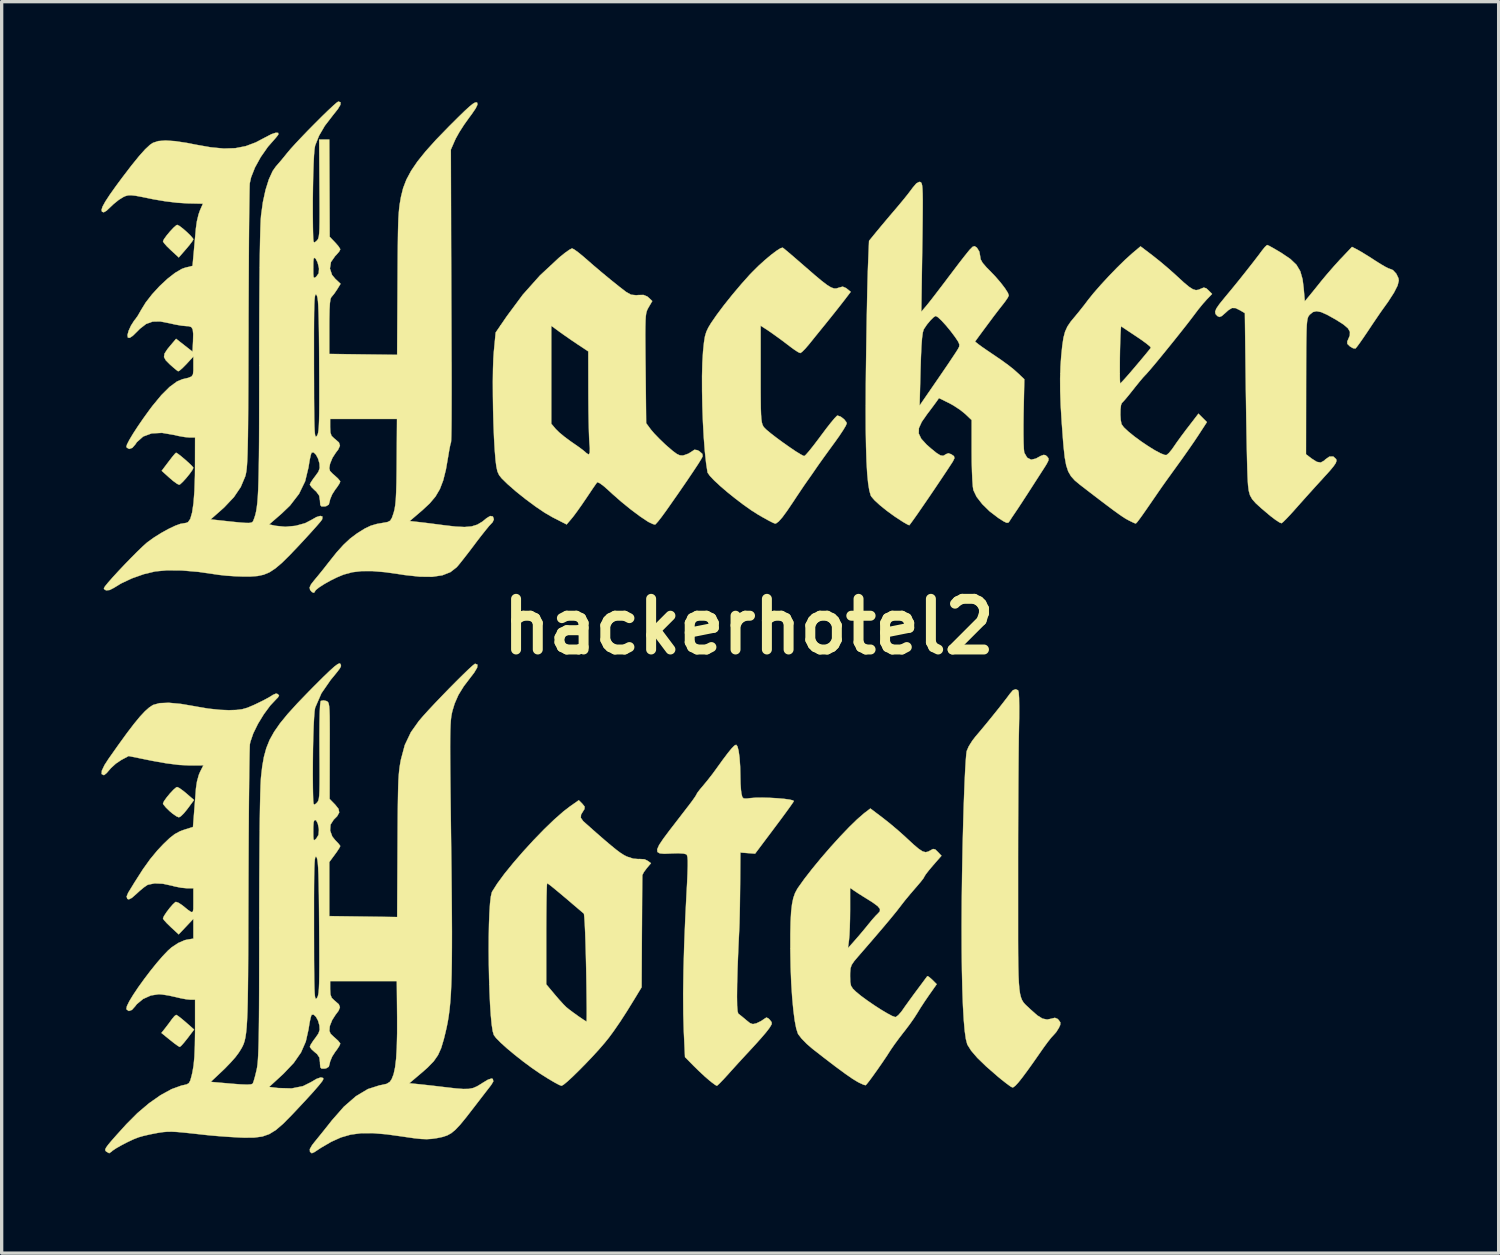
<source format=kicad_pcb>
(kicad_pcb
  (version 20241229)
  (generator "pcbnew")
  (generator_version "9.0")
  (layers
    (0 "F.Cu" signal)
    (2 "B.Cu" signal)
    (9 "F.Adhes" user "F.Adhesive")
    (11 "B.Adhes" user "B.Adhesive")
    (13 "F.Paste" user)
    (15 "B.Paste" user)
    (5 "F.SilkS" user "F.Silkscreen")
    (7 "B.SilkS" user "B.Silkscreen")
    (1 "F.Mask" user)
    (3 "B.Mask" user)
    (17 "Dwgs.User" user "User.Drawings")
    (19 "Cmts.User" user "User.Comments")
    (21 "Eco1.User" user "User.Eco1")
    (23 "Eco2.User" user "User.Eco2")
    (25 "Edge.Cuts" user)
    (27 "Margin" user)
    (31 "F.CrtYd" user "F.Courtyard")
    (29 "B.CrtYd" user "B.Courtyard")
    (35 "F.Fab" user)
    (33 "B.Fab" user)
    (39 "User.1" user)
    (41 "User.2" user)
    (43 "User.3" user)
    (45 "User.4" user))
  (footprint "hackerhotel2"
    (layer "F.Cu")
    (at 19.482 15.804)
    (property "Reference" "hackerhotel2" (at 0 0 0) (layer "F.SilkS") (effects (font (size 1.524 1.524) (thickness 0.3))))
    (attr through_hole)
    (fp_poly (pts (xy -17.176 11.715) (xy -17.07 11.797) (xy -16.942 11.905) (xy -16.691 12.126) (xy -16.89 12.388) (xy -16.997 12.522) (xy -17.082 12.616) (xy -17.123 12.649) (xy -17.177 12.619) (xy -17.285 12.542) (xy -17.416 12.438) (xy -17.675 12.228) (xy -17.562 12.086) (xy -17.454 11.945) (xy -17.359 11.814) (xy -17.284 11.723) (xy -17.231 11.684) (xy -17.23 11.684) (xy -17.176 11.715)) (stroke (width 0.01) (type solid)) (fill yes) (layer "F.SilkS"))
    (fp_poly (pts (xy -17.18 -5.201) (xy -17.079 -5.123) (xy -16.956 -5.019) (xy -16.838 -4.913) (xy -16.748 -4.825) (xy -16.713 -4.779) (xy -16.744 -4.711) (xy -16.822 -4.6) (xy -16.924 -4.474) (xy -17.028 -4.359) (xy -17.11 -4.283) (xy -17.142 -4.267) (xy -17.208 -4.299) (xy -17.322 -4.382) (xy -17.433 -4.477) (xy -17.666 -4.687) (xy -17.461 -4.959) (xy -17.355 -5.097) (xy -17.273 -5.195) (xy -17.234 -5.232) (xy -17.18 -5.201)) (stroke (width 0.01) (type solid)) (fill yes) (layer "F.SilkS"))
    (fp_poly (pts (xy -17.135 4.859) (xy -17.021 4.941) (xy -16.92 5.024) (xy -16.694 5.219) (xy -16.886 5.479) (xy -16.996 5.615) (xy -17.093 5.71) (xy -17.149 5.74) (xy -17.225 5.708) (xy -17.342 5.626) (xy -17.424 5.557) (xy -17.538 5.446) (xy -17.612 5.357) (xy -17.628 5.324) (xy -17.596 5.253) (xy -17.517 5.142) (xy -17.414 5.017) (xy -17.31 4.907) (xy -17.228 4.838) (xy -17.202 4.828) (xy -17.135 4.859)) (stroke (width 0.01) (type solid)) (fill yes) (layer "F.SilkS"))
    (fp_poly (pts (xy -17.132 -12.055) (xy -17.025 -11.973) (xy -16.904 -11.867) (xy -16.796 -11.761) (xy -16.726 -11.679) (xy -16.714 -11.652) (xy -16.746 -11.594) (xy -16.828 -11.485) (xy -16.934 -11.358) (xy -17.153 -11.107) (xy -17.39 -11.326) (xy -17.514 -11.446) (xy -17.599 -11.544) (xy -17.628 -11.592) (xy -17.596 -11.66) (xy -17.517 -11.769) (xy -17.413 -11.893) (xy -17.309 -12.004) (xy -17.226 -12.076) (xy -17.198 -12.088) (xy -17.132 -12.055)) (stroke (width 0.01) (type solid)) (fill yes) (layer "F.SilkS"))
    (fp_poly (pts (xy 8.103 1.918) (xy 8.121 1.984) (xy 8.132 2.147) (xy 8.136 2.406) (xy 8.135 2.756) (xy 8.128 3.124) (xy 8.123 3.385) (xy 8.119 3.734) (xy 8.115 4.16) (xy 8.111 4.649) (xy 8.108 5.189) (xy 8.105 5.768) (xy 8.103 6.372) (xy 8.102 6.99) (xy 8.102 7.608) (xy 8.102 7.673) (xy 8.102 8.352) (xy 8.102 8.936) (xy 8.102 9.435) (xy 8.104 9.854) (xy 8.108 10.203) (xy 8.115 10.489) (xy 8.126 10.719) (xy 8.141 10.901) (xy 8.161 11.043) (xy 8.188 11.152) (xy 8.221 11.237) (xy 8.261 11.304) (xy 8.31 11.362) (xy 8.368 11.418) (xy 8.435 11.48) (xy 8.481 11.523) (xy 8.678 11.698) (xy 8.837 11.796) (xy 8.976 11.825) (xy 9.093 11.801) (xy 9.21 11.772) (xy 9.289 11.804) (xy 9.323 11.837) (xy 9.375 11.912) (xy 9.37 11.987) (xy 9.329 12.077) (xy 9.248 12.205) (xy 9.167 12.296) (xy 9.099 12.369) (xy 8.994 12.502) (xy 8.871 12.67) (xy 8.833 12.724) (xy 8.584 13.081) (xy 8.384 13.361) (xy 8.228 13.571) (xy 8.11 13.719) (xy 8.023 13.813) (xy 7.963 13.86) (xy 7.933 13.868) (xy 7.875 13.838) (xy 7.76 13.754) (xy 7.605 13.633) (xy 7.485 13.534) (xy 7.139 13.232) (xy 6.876 12.977) (xy 6.692 12.763) (xy 6.581 12.586) (xy 6.571 12.562) (xy 6.532 12.412) (xy 6.497 12.167) (xy 6.468 11.831) (xy 6.444 11.412) (xy 6.426 10.914) (xy 6.413 10.344) (xy 6.406 9.707) (xy 6.404 9.01) (xy 6.408 8.257) (xy 6.418 7.455) (xy 6.434 6.61) (xy 6.453 5.867) (xy 6.466 5.426) (xy 6.481 5.01) (xy 6.496 4.632) (xy 6.512 4.305) (xy 6.528 4.04) (xy 6.543 3.851) (xy 6.556 3.75) (xy 6.557 3.746) (xy 6.619 3.602) (xy 6.727 3.431) (xy 6.822 3.308) (xy 6.97 3.134) (xy 7.146 2.922) (xy 7.332 2.693) (xy 7.514 2.467) (xy 7.673 2.264) (xy 7.795 2.105) (xy 7.849 2.031) (xy 7.947 1.915) (xy 8.032 1.886) (xy 8.103 1.918)) (stroke (width 0.01) (type solid)) (fill yes) (layer "F.SilkS"))
    (fp_poly (pts (xy -0.342 3.604) (xy -0.307 3.739) (xy -0.279 3.944) (xy -0.261 4.205) (xy -0.254 4.506) (xy -0.254 4.522) (xy -0.249 4.727) (xy -0.236 4.916) (xy -0.221 5.029) (xy -0.196 5.129) (xy -0.153 5.172) (xy -0.061 5.175) (xy 0.042 5.162) (xy 0.203 5.149) (xy 0.407 5.147) (xy 0.633 5.153) (xy 0.861 5.166) (xy 1.067 5.184) (xy 1.232 5.207) (xy 1.334 5.232) (xy 1.355 5.253) (xy 1.319 5.309) (xy 1.232 5.433) (xy 1.103 5.611) (xy 0.943 5.828) (xy 0.761 6.071) (xy 0.189 6.833) (xy -0.254 6.799) (xy -0.261 7.756) (xy -0.265 8.087) (xy -0.269 8.41) (xy -0.275 8.7) (xy -0.281 8.934) (xy -0.286 9.068) (xy -0.317 9.729) (xy -0.339 10.294) (xy -0.352 10.763) (xy -0.356 11.133) (xy -0.352 11.405) (xy -0.338 11.577) (xy -0.316 11.649) (xy -0.315 11.65) (xy -0.237 11.709) (xy -0.121 11.804) (xy -0.078 11.841) (xy 0.037 11.933) (xy 0.123 11.962) (xy 0.22 11.941) (xy 0.236 11.935) (xy 0.37 11.87) (xy 0.462 11.807) (xy 0.531 11.763) (xy 0.594 11.794) (xy 0.632 11.833) (xy 0.686 11.903) (xy 0.688 11.964) (xy 0.634 12.057) (xy 0.604 12.1) (xy 0.52 12.208) (xy 0.386 12.365) (xy 0.224 12.547) (xy 0.104 12.678) (xy -0.1 12.898) (xy -0.322 13.139) (xy -0.526 13.364) (xy -0.605 13.453) (xy -0.748 13.609) (xy -0.866 13.732) (xy -0.943 13.805) (xy -0.962 13.818) (xy -1.016 13.788) (xy -1.119 13.712) (xy -1.193 13.652) (xy -1.336 13.528) (xy -1.508 13.367) (xy -1.657 13.221) (xy -1.92 12.954) (xy -1.956 12.179) (xy -1.971 11.655) (xy -1.975 11.041) (xy -1.965 10.349) (xy -1.944 9.59) (xy -1.911 8.775) (xy -1.878 8.111) (xy -1.857 7.723) (xy -1.844 7.425) (xy -1.837 7.203) (xy -1.837 7.048) (xy -1.844 6.946) (xy -1.858 6.885) (xy -1.88 6.854) (xy -1.884 6.851) (xy -1.968 6.83) (xy -2.124 6.821) (xy -2.321 6.826) (xy -2.345 6.828) (xy -2.544 6.836) (xy -2.679 6.824) (xy -2.75 6.782) (xy -2.756 6.7) (xy -2.698 6.571) (xy -2.574 6.385) (xy -2.386 6.133) (xy -2.326 6.056) (xy -2.161 5.842) (xy -1.98 5.607) (xy -1.821 5.401) (xy -1.819 5.399) (xy -1.704 5.246) (xy -1.618 5.124) (xy -1.576 5.055) (xy -1.575 5.049) (xy -1.544 4.995) (xy -1.464 4.892) (xy -1.384 4.798) (xy -1.249 4.635) (xy -1.095 4.438) (xy -0.991 4.296) (xy -0.784 4.009) (xy -0.626 3.8) (xy -0.511 3.66) (xy -0.432 3.581) (xy -0.382 3.556) (xy -0.381 3.556) (xy -0.342 3.604)) (stroke (width 0.01) (type solid)) (fill yes) (layer "F.SilkS"))
    (fp_poly (pts (xy -5.01 5.331) (xy -4.94 5.419) (xy -4.945 5.491) (xy -4.967 5.525) (xy -5.048 5.657) (xy -5.055 5.754) (xy -4.986 5.852) (xy -4.919 5.913) (xy -4.6 6.196) (xy -4.345 6.418) (xy -4.144 6.588) (xy -3.988 6.715) (xy -3.866 6.806) (xy -3.768 6.869) (xy -3.683 6.914) (xy -3.665 6.922) (xy -3.478 6.983) (xy -3.321 6.996) (xy -3.303 6.993) (xy -3.139 7.002) (xy -3.054 7.042) (xy -2.944 7.12) (xy -3.072 7.272) (xy -3.156 7.385) (xy -3.201 7.472) (xy -3.204 7.484) (xy -3.205 7.548) (xy -3.207 7.701) (xy -3.209 7.93) (xy -3.211 8.223) (xy -3.213 8.568) (xy -3.215 8.952) (xy -3.217 9.199) (xy -3.226 10.853) (xy -3.424 11.18) (xy -3.663 11.568) (xy -3.871 11.89) (xy -4.062 12.167) (xy -4.211 12.37) (xy -4.343 12.533) (xy -4.512 12.728) (xy -4.705 12.939) (xy -4.91 13.154) (xy -5.112 13.359) (xy -5.299 13.542) (xy -5.457 13.688) (xy -5.574 13.784) (xy -5.635 13.818) (xy -5.707 13.791) (xy -5.844 13.718) (xy -6.028 13.61) (xy -6.24 13.476) (xy -6.275 13.454) (xy -6.524 13.283) (xy -6.784 13.091) (xy -7.038 12.891) (xy -7.271 12.697) (xy -7.465 12.522) (xy -7.606 12.379) (xy -7.672 12.291) (xy -7.706 12.175) (xy -7.737 11.974) (xy -7.763 11.7) (xy -7.785 11.368) (xy -7.802 10.992) (xy -7.815 10.587) (xy -7.823 10.166) (xy -7.827 9.745) (xy -7.825 9.337) (xy -7.823 9.243) (xy -6.096 9.243) (xy -6.096 10.764) (xy -5.849 11.059) (xy -5.713 11.218) (xy -5.587 11.357) (xy -5.497 11.448) (xy -5.493 11.451) (xy -5.405 11.523) (xy -5.276 11.619) (xy -5.133 11.722) (xy -5.002 11.812) (xy -4.909 11.871) (xy -4.882 11.884) (xy -4.879 11.836) (xy -4.877 11.699) (xy -4.877 11.484) (xy -4.88 11.203) (xy -4.884 10.869) (xy -4.89 10.494) (xy -4.894 10.278) (xy -4.903 9.883) (xy -4.913 9.522) (xy -4.924 9.206) (xy -4.936 8.947) (xy -4.948 8.759) (xy -4.959 8.654) (xy -4.964 8.636) (xy -5.016 8.592) (xy -5.129 8.496) (xy -5.289 8.36) (xy -5.478 8.198) (xy -5.521 8.162) (xy -5.714 8) (xy -5.878 7.864) (xy -6 7.768) (xy -6.063 7.723) (xy -6.067 7.722) (xy -6.075 7.77) (xy -6.081 7.908) (xy -6.087 8.123) (xy -6.091 8.402) (xy -6.094 8.733) (xy -6.096 9.103) (xy -6.096 9.243) (xy -7.823 9.243) (xy -7.818 8.956) (xy -7.805 8.617) (xy -7.787 8.334) (xy -7.762 8.122) (xy -7.732 7.994) (xy -7.726 7.98) (xy -7.572 7.736) (xy -7.355 7.441) (xy -7.09 7.115) (xy -6.793 6.772) (xy -6.479 6.429) (xy -6.163 6.103) (xy -5.859 5.81) (xy -5.583 5.567) (xy -5.39 5.418) (xy -5.116 5.225) (xy -5.01 5.331)) (stroke (width 0.01) (type solid)) (fill yes) (layer "F.SilkS"))
    (fp_poly (pts (xy 1.021 -11.401) (xy 1.078 -11.357) (xy 1.198 -11.257) (xy 1.365 -11.114) (xy 1.566 -10.94) (xy 1.719 -10.807) (xy 1.989 -10.573) (xy 2.196 -10.4) (xy 2.352 -10.281) (xy 2.469 -10.209) (xy 2.559 -10.175) (xy 2.635 -10.174) (xy 2.707 -10.197) (xy 2.715 -10.2) (xy 2.826 -10.229) (xy 2.926 -10.186) (xy 2.953 -10.165) (xy 3.067 -10.073) (xy 2.867 -9.811) (xy 2.742 -9.651) (xy 2.581 -9.447) (xy 2.411 -9.235) (xy 2.348 -9.156) (xy 2.18 -8.949) (xy 2.007 -8.736) (xy 1.859 -8.552) (xy 1.814 -8.496) (xy 1.699 -8.362) (xy 1.603 -8.266) (xy 1.549 -8.23) (xy 1.483 -8.259) (xy 1.369 -8.333) (xy 1.284 -8.395) (xy 1.021 -8.594) (xy 0.775 -8.773) (xy 0.571 -8.916) (xy 0.495 -8.965) (xy 0.356 -9.054) (xy 0.356 -7.596) (xy 0.356 -7.17) (xy 0.358 -6.834) (xy 0.361 -6.575) (xy 0.368 -6.382) (xy 0.378 -6.243) (xy 0.392 -6.145) (xy 0.411 -6.077) (xy 0.436 -6.026) (xy 0.453 -6) (xy 0.525 -5.927) (xy 0.658 -5.816) (xy 0.832 -5.682) (xy 1.028 -5.538) (xy 1.227 -5.398) (xy 1.41 -5.274) (xy 1.559 -5.182) (xy 1.653 -5.134) (xy 1.669 -5.131) (xy 1.716 -5.17) (xy 1.81 -5.277) (xy 1.939 -5.438) (xy 2.092 -5.639) (xy 2.167 -5.74) (xy 2.327 -5.954) (xy 2.469 -6.135) (xy 2.581 -6.269) (xy 2.652 -6.341) (xy 2.667 -6.35) (xy 2.766 -6.316) (xy 2.87 -6.236) (xy 2.938 -6.146) (xy 2.946 -6.113) (xy 2.918 -6.044) (xy 2.839 -5.912) (xy 2.723 -5.737) (xy 2.581 -5.537) (xy 2.578 -5.534) (xy 2.414 -5.309) (xy 2.253 -5.086) (xy 2.114 -4.892) (xy 2.032 -4.774) (xy 1.914 -4.602) (xy 1.798 -4.437) (xy 1.739 -4.353) (xy 1.66 -4.24) (xy 1.545 -4.069) (xy 1.412 -3.87) (xy 1.339 -3.759) (xy 1.151 -3.481) (xy 1.007 -3.285) (xy 0.898 -3.162) (xy 0.82 -3.105) (xy 0.791 -3.099) (xy 0.727 -3.124) (xy 0.597 -3.19) (xy 0.422 -3.287) (xy 0.285 -3.366) (xy 0.074 -3.5) (xy -0.161 -3.666) (xy -0.405 -3.852) (xy -0.643 -4.043) (xy -0.86 -4.229) (xy -1.041 -4.397) (xy -1.172 -4.535) (xy -1.238 -4.629) (xy -1.242 -4.641) (xy -1.285 -4.919) (xy -1.323 -5.276) (xy -1.355 -5.694) (xy -1.38 -6.15) (xy -1.397 -6.623) (xy -1.406 -7.093) (xy -1.407 -7.539) (xy -1.397 -7.94) (xy -1.377 -8.274) (xy -1.374 -8.305) (xy -1.348 -8.555) (xy -1.319 -8.734) (xy -1.278 -8.871) (xy -1.218 -8.998) (xy -1.137 -9.132) (xy -0.965 -9.381) (xy -0.743 -9.677) (xy -0.49 -9.993) (xy -0.227 -10.304) (xy 0.024 -10.585) (xy 0.106 -10.67) (xy 0.291 -10.854) (xy 0.485 -11.03) (xy 0.67 -11.185) (xy 0.832 -11.307) (xy 0.954 -11.384) (xy 1.02 -11.402) (xy 1.021 -11.401)) (stroke (width 0.01) (type solid)) (fill yes) (layer "F.SilkS"))
    (fp_poly (pts (xy -5.253 -11.347) (xy -5.135 -11.262) (xy -4.984 -11.139) (xy -4.913 -11.077) (xy -4.679 -10.873) (xy -4.417 -10.651) (xy -4.151 -10.431) (xy -3.907 -10.235) (xy -3.711 -10.084) (xy -3.69 -10.068) (xy -3.543 -9.986) (xy -3.387 -9.97) (xy -3.327 -9.976) (xy -3.167 -9.979) (xy -3.054 -9.932) (xy -3.014 -9.898) (xy -2.905 -9.795) (xy -3.014 -9.609) (xy -3.044 -9.555) (xy -3.068 -9.499) (xy -3.087 -9.43) (xy -3.1 -9.335) (xy -3.108 -9.204) (xy -3.113 -9.024) (xy -3.115 -8.785) (xy -3.113 -8.475) (xy -3.11 -8.082) (xy -3.106 -7.772) (xy -3.089 -6.121) (xy -2.948 -5.93) (xy -2.844 -5.808) (xy -2.69 -5.649) (xy -2.515 -5.481) (xy -2.459 -5.431) (xy -2.286 -5.283) (xy -2.165 -5.194) (xy -2.076 -5.153) (xy -1.996 -5.147) (xy -1.96 -5.153) (xy -1.817 -5.204) (xy -1.717 -5.267) (xy -1.636 -5.321) (xy -1.552 -5.309) (xy -1.495 -5.281) (xy -1.399 -5.198) (xy -1.388 -5.126) (xy -1.427 -5.049) (xy -1.523 -4.893) (xy -1.674 -4.665) (xy -1.875 -4.367) (xy -2.125 -4.004) (xy -2.421 -3.581) (xy -2.508 -3.458) (xy -2.631 -3.29) (xy -2.735 -3.158) (xy -2.805 -3.081) (xy -2.822 -3.069) (xy -2.892 -3.087) (xy -3.009 -3.143) (xy -3.05 -3.167) (xy -3.277 -3.319) (xy -3.547 -3.521) (xy -3.831 -3.751) (xy -4.1 -3.987) (xy -4.205 -4.084) (xy -4.359 -4.221) (xy -4.48 -4.312) (xy -4.554 -4.344) (xy -4.564 -4.34) (xy -4.608 -4.28) (xy -4.695 -4.155) (xy -4.808 -3.986) (xy -4.892 -3.861) (xy -5.033 -3.655) (xy -5.171 -3.46) (xy -5.286 -3.306) (xy -5.331 -3.251) (xy -5.482 -3.073) (xy -5.903 -3.288) (xy -6.135 -3.422) (xy -6.412 -3.609) (xy -6.708 -3.828) (xy -6.998 -4.059) (xy -7.255 -4.283) (xy -7.435 -4.459) (xy -7.513 -4.557) (xy -7.564 -4.668) (xy -7.597 -4.822) (xy -7.621 -5.012) (xy -7.645 -5.309) (xy -7.666 -5.673) (xy -7.682 -6.083) (xy -7.683 -6.104) (xy -5.944 -6.104) (xy -5.809 -5.944) (xy -5.703 -5.84) (xy -5.542 -5.707) (xy -5.355 -5.569) (xy -5.305 -5.535) (xy -5.134 -5.416) (xy -4.997 -5.315) (xy -4.915 -5.247) (xy -4.903 -5.233) (xy -4.832 -5.184) (xy -4.816 -5.182) (xy -4.786 -5.229) (xy -4.783 -5.371) (xy -4.794 -5.499) (xy -4.803 -5.641) (xy -4.811 -5.866) (xy -4.818 -6.154) (xy -4.824 -6.487) (xy -4.827 -6.845) (xy -4.828 -7.048) (xy -4.83 -8.28) (xy -5.146 -8.489) (xy -5.346 -8.624) (xy -5.553 -8.768) (xy -5.702 -8.874) (xy -5.944 -9.051) (xy -5.944 -6.104) (xy -7.683 -6.104) (xy -7.694 -6.518) (xy -7.7 -6.955) (xy -7.702 -7.374) (xy -7.697 -7.753) (xy -7.686 -8.07) (xy -7.672 -8.272) (xy -7.617 -8.848) (xy -7.282 -9.338) (xy -6.799 -9.989) (xy -6.282 -10.568) (xy -5.707 -11.103) (xy -5.674 -11.13) (xy -5.525 -11.25) (xy -5.4 -11.338) (xy -5.323 -11.378) (xy -5.317 -11.379) (xy -5.253 -11.347)) (stroke (width 0.01) (type solid)) (fill yes) (layer "F.SilkS"))
    (fp_poly (pts (xy 15.658 -11.456) (xy 15.78 -11.389) (xy 15.945 -11.292) (xy 16.036 -11.237) (xy 16.297 -11.06) (xy 16.478 -10.887) (xy 16.594 -10.692) (xy 16.663 -10.449) (xy 16.696 -10.184) (xy 16.73 -9.788) (xy 16.836 -9.915) (xy 16.917 -10.014) (xy 17.039 -10.164) (xy 17.179 -10.338) (xy 17.221 -10.391) (xy 17.397 -10.602) (xy 17.603 -10.839) (xy 17.799 -11.055) (xy 17.826 -11.082) (xy 18.151 -11.425) (xy 18.308 -11.344) (xy 18.424 -11.278) (xy 18.593 -11.175) (xy 18.784 -11.054) (xy 18.841 -11.016) (xy 19.016 -10.906) (xy 19.162 -10.821) (xy 19.257 -10.774) (xy 19.276 -10.77) (xy 19.383 -10.726) (xy 19.483 -10.618) (xy 19.548 -10.482) (xy 19.558 -10.41) (xy 19.522 -10.262) (xy 19.414 -10.049) (xy 19.236 -9.773) (xy 19.075 -9.549) (xy 19.007 -9.453) (xy 18.899 -9.294) (xy 18.765 -9.097) (xy 18.637 -8.904) (xy 18.502 -8.704) (xy 18.385 -8.536) (xy 18.298 -8.418) (xy 18.254 -8.367) (xy 18.186 -8.374) (xy 18.09 -8.429) (xy 18.01 -8.507) (xy 18.008 -8.582) (xy 18.028 -8.625) (xy 18.085 -8.759) (xy 18.088 -8.871) (xy 18.028 -8.976) (xy 17.896 -9.089) (xy 17.681 -9.226) (xy 17.651 -9.244) (xy 17.404 -9.382) (xy 17.22 -9.464) (xy 17.083 -9.49) (xy 16.977 -9.465) (xy 16.884 -9.391) (xy 16.879 -9.385) (xy 16.852 -9.354) (xy 16.831 -9.317) (xy 16.813 -9.263) (xy 16.8 -9.184) (xy 16.789 -9.068) (xy 16.782 -8.908) (xy 16.777 -8.692) (xy 16.773 -8.411) (xy 16.771 -8.055) (xy 16.77 -7.615) (xy 16.769 -7.228) (xy 16.766 -5.185) (xy 16.935 -5.056) (xy 17.091 -4.957) (xy 17.209 -4.936) (xy 17.312 -4.993) (xy 17.348 -5.029) (xy 17.47 -5.115) (xy 17.588 -5.117) (xy 17.674 -5.038) (xy 17.684 -4.987) (xy 17.66 -4.918) (xy 17.591 -4.818) (xy 17.469 -4.672) (xy 17.284 -4.469) (xy 17.282 -4.466) (xy 17.065 -4.229) (xy 16.827 -3.965) (xy 16.601 -3.713) (xy 16.462 -3.556) (xy 16.306 -3.382) (xy 16.171 -3.239) (xy 16.073 -3.143) (xy 16.029 -3.11) (xy 15.968 -3.134) (xy 15.851 -3.21) (xy 15.701 -3.324) (xy 15.645 -3.37) (xy 15.417 -3.563) (xy 15.255 -3.711) (xy 15.147 -3.834) (xy 15.081 -3.952) (xy 15.044 -4.085) (xy 15.023 -4.251) (xy 15.015 -4.369) (xy 15.008 -4.51) (xy 15 -4.741) (xy 14.992 -5.047) (xy 14.984 -5.417) (xy 14.976 -5.837) (xy 14.968 -6.296) (xy 14.961 -6.779) (xy 14.956 -7.116) (xy 14.927 -9.432) (xy 14.784 -9.516) (xy 14.647 -9.584) (xy 14.54 -9.587) (xy 14.43 -9.52) (xy 14.343 -9.441) (xy 14.233 -9.345) (xy 14.162 -9.316) (xy 14.101 -9.344) (xy 14.099 -9.345) (xy 14.044 -9.406) (xy 14.032 -9.475) (xy 14.068 -9.569) (xy 14.16 -9.703) (xy 14.315 -9.894) (xy 14.338 -9.922) (xy 14.529 -10.152) (xy 14.746 -10.419) (xy 14.968 -10.698) (xy 15.177 -10.964) (xy 15.353 -11.193) (xy 15.444 -11.316) (xy 15.528 -11.42) (xy 15.591 -11.477) (xy 15.601 -11.481) (xy 15.658 -11.456)) (stroke (width 0.01) (type solid)) (fill yes) (layer "F.SilkS"))
    (fp_poly (pts (xy 12.155 -11.162) (xy 12.372 -10.989) (xy 12.616 -10.783) (xy 12.839 -10.585) (xy 12.878 -10.549) (xy 13.09 -10.354) (xy 13.247 -10.224) (xy 13.363 -10.15) (xy 13.455 -10.123) (xy 13.537 -10.136) (xy 13.591 -10.161) (xy 13.691 -10.201) (xy 13.767 -10.177) (xy 13.83 -10.119) (xy 13.94 -10.009) (xy 13.78 -9.843) (xy 13.66 -9.708) (xy 13.519 -9.535) (xy 13.427 -9.413) (xy 13.308 -9.256) (xy 13.15 -9.052) (xy 12.965 -8.818) (xy 12.765 -8.568) (xy 12.561 -8.316) (xy 12.367 -8.078) (xy 12.194 -7.869) (xy 12.053 -7.703) (xy 11.958 -7.595) (xy 11.932 -7.569) (xy 11.864 -7.496) (xy 11.754 -7.365) (xy 11.621 -7.201) (xy 11.564 -7.128) (xy 11.432 -6.963) (xy 11.32 -6.829) (xy 11.245 -6.746) (xy 11.227 -6.731) (xy 11.2 -6.666) (xy 11.184 -6.535) (xy 11.181 -6.373) (xy 11.191 -6.216) (xy 11.214 -6.097) (xy 11.218 -6.088) (xy 11.285 -5.995) (xy 11.417 -5.871) (xy 11.594 -5.727) (xy 11.798 -5.577) (xy 12.011 -5.433) (xy 12.213 -5.308) (xy 12.388 -5.214) (xy 12.516 -5.164) (xy 12.569 -5.162) (xy 12.637 -5.218) (xy 12.73 -5.33) (xy 12.78 -5.401) (xy 12.874 -5.538) (xy 13.008 -5.723) (xy 13.159 -5.925) (xy 13.225 -6.01) (xy 13.53 -6.407) (xy 13.784 -6.153) (xy 13.534 -5.768) (xy 13.399 -5.566) (xy 13.227 -5.317) (xy 13.043 -5.056) (xy 12.904 -4.863) (xy 12.739 -4.635) (xy 12.576 -4.409) (xy 12.436 -4.212) (xy 12.346 -4.082) (xy 12.128 -3.765) (xy 11.961 -3.523) (xy 11.837 -3.346) (xy 11.749 -3.225) (xy 11.692 -3.15) (xy 11.657 -3.112) (xy 11.639 -3.101) (xy 11.638 -3.101) (xy 11.579 -3.124) (xy 11.464 -3.18) (xy 11.406 -3.21) (xy 11.334 -3.25) (xy 11.247 -3.306) (xy 11.135 -3.383) (xy 10.989 -3.488) (xy 10.8 -3.629) (xy 10.557 -3.813) (xy 10.251 -4.047) (xy 9.963 -4.269) (xy 9.81 -4.396) (xy 9.695 -4.524) (xy 9.611 -4.669) (xy 9.551 -4.852) (xy 9.507 -5.09) (xy 9.473 -5.402) (xy 9.458 -5.575) (xy 9.415 -6.156) (xy 9.385 -6.654) (xy 9.37 -7.085) (xy 9.368 -7.467) (xy 9.379 -7.817) (xy 9.379 -7.827) (xy 11.164 -7.827) (xy 11.164 -7.609) (xy 11.166 -7.439) (xy 11.171 -7.337) (xy 11.176 -7.316) (xy 11.216 -7.353) (xy 11.309 -7.453) (xy 11.441 -7.603) (xy 11.6 -7.788) (xy 11.641 -7.837) (xy 11.805 -8.031) (xy 11.944 -8.198) (xy 12.045 -8.322) (xy 12.095 -8.388) (xy 12.099 -8.393) (xy 12.066 -8.434) (xy 11.965 -8.517) (xy 11.811 -8.629) (xy 11.659 -8.732) (xy 11.201 -9.036) (xy 11.19 -8.899) (xy 11.182 -8.755) (xy 11.175 -8.555) (xy 11.169 -8.32) (xy 11.165 -8.07) (xy 11.164 -7.827) (xy 9.379 -7.827) (xy 9.4 -8.129) (xy 9.432 -8.448) (xy 9.468 -8.689) (xy 9.517 -8.874) (xy 9.586 -9.027) (xy 9.683 -9.171) (xy 9.786 -9.296) (xy 9.923 -9.461) (xy 10.082 -9.661) (xy 10.21 -9.83) (xy 10.374 -10.034) (xy 10.591 -10.282) (xy 10.838 -10.55) (xy 11.094 -10.814) (xy 11.335 -11.049) (xy 11.54 -11.233) (xy 11.545 -11.238) (xy 11.787 -11.441) (xy 12.155 -11.162)) (stroke (width 0.01) (type solid)) (fill yes) (layer "F.SilkS"))
    (fp_poly (pts (xy 4.026 5.752) (xy 4.244 5.924) (xy 4.487 6.129) (xy 4.71 6.328) (xy 4.75 6.366) (xy 4.961 6.561) (xy 5.116 6.691) (xy 5.23 6.765) (xy 5.319 6.789) (xy 5.397 6.772) (xy 5.453 6.741) (xy 5.544 6.692) (xy 5.61 6.706) (xy 5.686 6.778) (xy 5.797 6.896) (xy 5.54 7.19) (xy 5.418 7.335) (xy 5.327 7.452) (xy 5.284 7.519) (xy 5.283 7.524) (xy 5.252 7.579) (xy 5.167 7.688) (xy 5.047 7.829) (xy 5.011 7.87) (xy 4.852 8.055) (xy 4.693 8.247) (xy 4.569 8.407) (xy 4.567 8.41) (xy 4.442 8.571) (xy 4.255 8.8) (xy 4.011 9.09) (xy 3.715 9.436) (xy 3.374 9.83) (xy 3.3 9.915) (xy 3.171 10.067) (xy 3.096 10.178) (xy 3.06 10.284) (xy 3.049 10.419) (xy 3.048 10.516) (xy 3.052 10.694) (xy 3.075 10.808) (xy 3.13 10.896) (xy 3.227 10.99) (xy 3.375 11.112) (xy 3.562 11.249) (xy 3.768 11.391) (xy 3.974 11.524) (xy 4.162 11.636) (xy 4.311 11.716) (xy 4.404 11.75) (xy 4.418 11.75) (xy 4.494 11.697) (xy 4.589 11.59) (xy 4.624 11.541) (xy 4.71 11.417) (xy 4.837 11.241) (xy 4.982 11.042) (xy 5.053 10.947) (xy 5.182 10.774) (xy 5.287 10.632) (xy 5.355 10.541) (xy 5.372 10.518) (xy 5.414 10.535) (xy 5.497 10.606) (xy 5.521 10.628) (xy 5.654 10.761) (xy 5.427 11.083) (xy 5.294 11.277) (xy 5.164 11.476) (xy 5.068 11.633) (xy 4.97 11.785) (xy 4.834 11.978) (xy 4.687 12.172) (xy 4.664 12.2) (xy 4.517 12.391) (xy 4.376 12.583) (xy 4.268 12.74) (xy 4.256 12.759) (xy 4.144 12.933) (xy 4.012 13.128) (xy 3.873 13.328) (xy 3.741 13.513) (xy 3.629 13.666) (xy 3.548 13.768) (xy 3.514 13.801) (xy 3.452 13.785) (xy 3.336 13.733) (xy 3.277 13.702) (xy 3.122 13.608) (xy 2.901 13.455) (xy 2.61 13.241) (xy 2.248 12.964) (xy 1.913 12.703) (xy 1.741 12.554) (xy 1.592 12.402) (xy 1.492 12.273) (xy 1.478 12.249) (xy 1.428 12.096) (xy 1.381 11.853) (xy 1.34 11.535) (xy 1.305 11.153) (xy 1.277 10.721) (xy 1.259 10.25) (xy 1.25 9.755) (xy 1.25 9.703) (xy 1.25 9.677) (xy 2.983 9.677) (xy 3.19 9.444) (xy 3.346 9.264) (xy 3.514 9.063) (xy 3.596 8.961) (xy 3.715 8.817) (xy 3.821 8.698) (xy 3.878 8.642) (xy 3.944 8.569) (xy 3.946 8.496) (xy 3.877 8.411) (xy 3.727 8.301) (xy 3.619 8.233) (xy 3.439 8.121) (xy 3.28 8.02) (xy 3.172 7.948) (xy 3.162 7.942) (xy 3.048 7.862) (xy 3.048 8.521) (xy 3.045 8.796) (xy 3.038 9.059) (xy 3.028 9.279) (xy 3.015 9.428) (xy 3.015 9.429) (xy 2.983 9.677) (xy 1.25 9.677) (xy 1.25 9.246) (xy 1.258 8.877) (xy 1.274 8.583) (xy 1.301 8.351) (xy 1.339 8.168) (xy 1.391 8.02) (xy 1.458 7.894) (xy 1.476 7.866) (xy 1.67 7.594) (xy 1.909 7.287) (xy 2.178 6.96) (xy 2.463 6.631) (xy 2.749 6.316) (xy 3.021 6.032) (xy 3.265 5.795) (xy 3.464 5.622) (xy 3.48 5.609) (xy 3.658 5.474) (xy 4.026 5.752)) (stroke (width 0.01) (type solid)) (fill yes) (layer "F.SilkS"))
    (fp_poly (pts (xy 5.163 -13.376) (xy 5.185 -13.361) (xy 5.202 -13.328) (xy 5.216 -13.268) (xy 5.225 -13.171) (xy 5.231 -13.028) (xy 5.234 -12.828) (xy 5.233 -12.563) (xy 5.23 -12.223) (xy 5.225 -11.798) (xy 5.219 -11.409) (xy 5.19 -9.474) (xy 5.342 -9.652) (xy 5.424 -9.753) (xy 5.552 -9.917) (xy 5.713 -10.127) (xy 5.893 -10.363) (xy 6.008 -10.516) (xy 6.189 -10.755) (xy 6.357 -10.976) (xy 6.501 -11.16) (xy 6.607 -11.292) (xy 6.648 -11.341) (xy 6.736 -11.429) (xy 6.794 -11.447) (xy 6.858 -11.405) (xy 6.867 -11.396) (xy 6.936 -11.283) (xy 6.96 -11.154) (xy 6.976 -11.051) (xy 7.036 -10.943) (xy 7.153 -10.807) (xy 7.243 -10.717) (xy 7.416 -10.537) (xy 7.575 -10.353) (xy 7.706 -10.182) (xy 7.794 -10.045) (xy 7.823 -9.965) (xy 7.794 -9.9) (xy 7.718 -9.788) (xy 7.658 -9.709) (xy 7.521 -9.535) (xy 7.374 -9.343) (xy 7.201 -9.11) (xy 7.006 -8.847) (xy 6.807 -8.575) (xy 6.921 -8.486) (xy 7.024 -8.411) (xy 7.176 -8.306) (xy 7.315 -8.212) (xy 7.593 -8.023) (xy 7.804 -7.87) (xy 7.971 -7.738) (xy 8.113 -7.611) (xy 8.12 -7.604) (xy 8.29 -7.442) (xy 8.268 -6.401) (xy 8.264 -6.078) (xy 8.264 -5.783) (xy 8.268 -5.533) (xy 8.276 -5.347) (xy 8.287 -5.241) (xy 8.29 -5.231) (xy 8.376 -5.082) (xy 8.496 -5.022) (xy 8.638 -5.055) (xy 8.641 -5.057) (xy 8.786 -5.136) (xy 8.874 -5.167) (xy 8.932 -5.155) (xy 8.977 -5.116) (xy 9.018 -5.062) (xy 9.016 -4.998) (xy 8.965 -4.897) (xy 8.91 -4.808) (xy 8.641 -4.39) (xy 8.414 -4.037) (xy 8.23 -3.754) (xy 8.095 -3.548) (xy 8.01 -3.422) (xy 7.921 -3.291) (xy 7.851 -3.182) (xy 7.845 -3.172) (xy 7.81 -3.128) (xy 7.761 -3.123) (xy 7.677 -3.161) (xy 7.535 -3.251) (xy 7.502 -3.273) (xy 7.245 -3.469) (xy 7.023 -3.687) (xy 6.854 -3.905) (xy 6.759 -4.103) (xy 6.757 -4.109) (xy 6.741 -4.217) (xy 6.727 -4.408) (xy 6.716 -4.66) (xy 6.708 -4.955) (xy 6.706 -5.253) (xy 6.706 -6.213) (xy 6.511 -6.399) (xy 6.354 -6.525) (xy 6.155 -6.655) (xy 6.019 -6.729) (xy 5.722 -6.875) (xy 5.642 -6.762) (xy 5.568 -6.661) (xy 5.46 -6.516) (xy 5.368 -6.395) (xy 5.204 -6.16) (xy 5.118 -5.972) (xy 5.113 -5.81) (xy 5.189 -5.651) (xy 5.35 -5.475) (xy 5.478 -5.362) (xy 5.648 -5.224) (xy 5.765 -5.152) (xy 5.849 -5.138) (xy 5.917 -5.176) (xy 5.928 -5.186) (xy 6.006 -5.215) (xy 6.091 -5.185) (xy 6.173 -5.129) (xy 6.188 -5.068) (xy 6.14 -4.968) (xy 6.108 -4.919) (xy 5.942 -4.666) (xy 5.76 -4.394) (xy 5.574 -4.117) (xy 5.39 -3.846) (xy 5.218 -3.596) (xy 5.068 -3.378) (xy 4.946 -3.206) (xy 4.863 -3.092) (xy 4.828 -3.049) (xy 4.828 -3.049) (xy 4.771 -3.074) (xy 4.664 -3.135) (xy 4.623 -3.16) (xy 4.379 -3.32) (xy 4.146 -3.49) (xy 3.941 -3.656) (xy 3.781 -3.803) (xy 3.684 -3.916) (xy 3.668 -3.947) (xy 3.626 -4.097) (xy 3.591 -4.314) (xy 3.563 -4.603) (xy 3.542 -4.968) (xy 3.528 -5.415) (xy 3.519 -5.947) (xy 3.517 -6.57) (xy 3.518 -6.651) (xy 5.139 -6.651) (xy 5.67 -7.422) (xy 5.845 -7.678) (xy 6.006 -7.914) (xy 6.14 -8.115) (xy 6.238 -8.263) (xy 6.285 -8.337) (xy 6.33 -8.421) (xy 6.336 -8.49) (xy 6.299 -8.576) (xy 6.21 -8.709) (xy 6.2 -8.723) (xy 6.07 -8.896) (xy 5.93 -9.065) (xy 5.798 -9.209) (xy 5.691 -9.309) (xy 5.626 -9.347) (xy 5.626 -9.347) (xy 5.561 -9.309) (xy 5.465 -9.214) (xy 5.361 -9.089) (xy 5.275 -8.962) (xy 5.263 -8.941) (xy 5.236 -8.851) (xy 5.213 -8.685) (xy 5.194 -8.438) (xy 5.179 -8.102) (xy 5.167 -7.733) (xy 5.139 -6.651) (xy 3.518 -6.651) (xy 3.521 -7.287) (xy 3.525 -7.694) (xy 3.532 -8.207) (xy 3.54 -8.717) (xy 3.548 -9.21) (xy 3.557 -9.67) (xy 3.565 -10.082) (xy 3.574 -10.432) (xy 3.582 -10.704) (xy 3.586 -10.82) (xy 3.618 -11.607) (xy 3.826 -11.862) (xy 3.98 -12.048) (xy 4.149 -12.249) (xy 4.239 -12.356) (xy 4.466 -12.622) (xy 4.64 -12.831) (xy 4.775 -12.998) (xy 4.885 -13.142) (xy 4.931 -13.205) (xy 5.042 -13.335) (xy 5.127 -13.381) (xy 5.163 -13.376)) (stroke (width 0.01) (type solid)) (fill yes) (layer "F.SilkS"))
    (fp_poly (pts (xy -12.285 -15.775) (xy -12.289 -15.701) (xy -12.367 -15.571) (xy -12.516 -15.384) (xy -12.759 -15.068) (xy -12.933 -14.769) (xy -13.05 -14.474) (xy -13.068 -14.367) (xy -13.084 -14.174) (xy -13.097 -13.908) (xy -13.108 -13.585) (xy -13.115 -13.219) (xy -13.12 -12.825) (xy -13.12 -12.417) (xy -13.116 -12.011) (xy -13.113 -11.867) (xy -13.108 -11.684) (xy -13.098 -11.586) (xy -13.076 -11.557) (xy -13.035 -11.581) (xy -13.007 -11.606) (xy -12.978 -11.636) (xy -12.956 -11.677) (xy -12.939 -11.74) (xy -12.927 -11.837) (xy -12.919 -11.978) (xy -12.915 -12.177) (xy -12.914 -12.443) (xy -12.915 -12.79) (xy -12.918 -13.176) (xy -12.928 -14.656) (xy -12.624 -14.656) (xy -12.618 -13.192) (xy -12.612 -11.729) (xy -12.453 -11.564) (xy -12.356 -11.454) (xy -12.3 -11.369) (xy -12.294 -11.348) (xy -12.327 -11.283) (xy -12.412 -11.185) (xy -12.446 -11.151) (xy -12.574 -10.969) (xy -12.605 -10.773) (xy -12.541 -10.581) (xy -12.441 -10.461) (xy -12.284 -10.314) (xy -12.391 -10.141) (xy -12.476 -10.016) (xy -12.549 -9.927) (xy -12.561 -9.916) (xy -12.587 -9.859) (xy -12.605 -9.733) (xy -12.617 -9.529) (xy -12.623 -9.237) (xy -12.624 -9.034) (xy -12.624 -8.204) (xy -11.603 -8.19) (xy -10.582 -8.177) (xy -10.57 -10.197) (xy -10.567 -10.736) (xy -10.564 -11.184) (xy -10.56 -11.552) (xy -10.556 -11.851) (xy -10.55 -12.093) (xy -10.543 -12.287) (xy -10.533 -12.444) (xy -10.521 -12.576) (xy -10.507 -12.694) (xy -10.488 -12.807) (xy -10.467 -12.928) (xy -10.467 -12.929) (xy -10.402 -13.192) (xy -10.303 -13.45) (xy -10.162 -13.713) (xy -9.972 -13.993) (xy -9.725 -14.3) (xy -9.413 -14.647) (xy -9.029 -15.043) (xy -9.013 -15.059) (xy -8.754 -15.317) (xy -8.556 -15.51) (xy -8.41 -15.644) (xy -8.307 -15.727) (xy -8.238 -15.768) (xy -8.193 -15.774) (xy -8.171 -15.761) (xy -8.166 -15.703) (xy -8.22 -15.591) (xy -8.338 -15.418) (xy -8.42 -15.308) (xy -8.569 -15.099) (xy -8.709 -14.881) (xy -8.816 -14.69) (xy -8.844 -14.63) (xy -8.966 -14.351) (xy -8.96 -12.319) (xy -8.959 -11.8) (xy -8.957 -11.206) (xy -8.954 -10.561) (xy -8.952 -9.892) (xy -8.949 -9.224) (xy -8.947 -8.582) (xy -8.945 -7.994) (xy -8.944 -7.938) (xy -8.943 -7.458) (xy -8.943 -7.01) (xy -8.944 -6.603) (xy -8.945 -6.247) (xy -8.948 -5.953) (xy -8.952 -5.731) (xy -8.957 -5.592) (xy -8.961 -5.545) (xy -8.982 -5.476) (xy -9.01 -5.336) (xy -9.041 -5.152) (xy -9.045 -5.126) (xy -9.115 -4.722) (xy -9.196 -4.399) (xy -9.297 -4.136) (xy -9.429 -3.912) (xy -9.602 -3.707) (xy -9.822 -3.502) (xy -10.204 -3.175) (xy -9.915 -3.143) (xy -9.726 -3.121) (xy -9.482 -3.09) (xy -9.228 -3.057) (xy -9.169 -3.049) (xy -8.822 -3.009) (xy -8.553 -2.996) (xy -8.342 -3.014) (xy -8.17 -3.067) (xy -8.017 -3.158) (xy -7.89 -3.262) (xy -7.782 -3.327) (xy -7.701 -3.313) (xy -7.671 -3.229) (xy -7.707 -3.144) (xy -7.754 -3.093) (xy -7.815 -3.028) (xy -7.921 -2.898) (xy -8.061 -2.722) (xy -8.219 -2.516) (xy -8.257 -2.464) (xy -8.421 -2.248) (xy -8.573 -2.052) (xy -8.698 -1.894) (xy -8.781 -1.796) (xy -8.791 -1.785) (xy -8.978 -1.639) (xy -9.22 -1.544) (xy -9.526 -1.498) (xy -9.903 -1.502) (xy -10.36 -1.552) (xy -10.477 -1.571) (xy -10.942 -1.637) (xy -11.329 -1.67) (xy -11.654 -1.669) (xy -11.935 -1.635) (xy -12.187 -1.566) (xy -12.206 -1.559) (xy -12.391 -1.482) (xy -12.588 -1.385) (xy -12.774 -1.28) (xy -12.928 -1.181) (xy -13.029 -1.1) (xy -13.056 -1.058) (xy -13.084 -1.016) (xy -13.146 -1.039) (xy -13.201 -1.104) (xy -13.215 -1.177) (xy -13.172 -1.271) (xy -13.074 -1.396) (xy -12.954 -1.54) (xy -12.803 -1.726) (xy -12.654 -1.917) (xy -12.644 -1.93) (xy -12.405 -2.23) (xy -12.197 -2.46) (xy -12.002 -2.643) (xy -11.799 -2.796) (xy -11.768 -2.816) (xy -11.554 -2.95) (xy -11.375 -3.035) (xy -11.19 -3.089) (xy -11.012 -3.12) (xy -10.872 -3.145) (xy -10.791 -3.186) (xy -10.739 -3.271) (xy -10.688 -3.419) (xy -10.66 -3.524) (xy -10.639 -3.654) (xy -10.622 -3.822) (xy -10.611 -4.043) (xy -10.602 -4.329) (xy -10.597 -4.695) (xy -10.595 -4.966) (xy -10.586 -6.248) (xy -12.598 -6.248) (xy -12.598 -5.998) (xy -12.59 -5.838) (xy -12.555 -5.738) (xy -12.474 -5.66) (xy -12.446 -5.639) (xy -12.333 -5.539) (xy -12.303 -5.443) (xy -12.356 -5.326) (xy -12.426 -5.235) (xy -12.528 -5.078) (xy -12.598 -4.906) (xy -12.603 -4.888) (xy -12.624 -4.765) (xy -12.602 -4.682) (xy -12.521 -4.597) (xy -12.47 -4.554) (xy -12.364 -4.457) (xy -12.301 -4.38) (xy -12.294 -4.361) (xy -12.323 -4.295) (xy -12.397 -4.184) (xy -12.443 -4.125) (xy -12.538 -3.976) (xy -12.599 -3.829) (xy -12.608 -3.785) (xy -12.639 -3.671) (xy -12.719 -3.623) (xy -12.764 -3.616) (xy -12.856 -3.615) (xy -12.895 -3.658) (xy -12.903 -3.773) (xy -12.903 -3.785) (xy -12.927 -3.939) (xy -13.016 -4.062) (xy -13.056 -4.097) (xy -13.153 -4.191) (xy -13.205 -4.263) (xy -13.208 -4.275) (xy -13.178 -4.34) (xy -13.103 -4.452) (xy -13.049 -4.522) (xy -12.951 -4.659) (xy -12.912 -4.77) (xy -12.918 -4.899) (xy -12.919 -4.907) (xy -12.961 -5.054) (xy -13.024 -5.172) (xy -13.092 -5.24) (xy -13.15 -5.237) (xy -13.162 -5.221) (xy -13.187 -5.141) (xy -13.218 -4.991) (xy -13.248 -4.802) (xy -13.25 -4.789) (xy -13.35 -4.373) (xy -13.534 -3.994) (xy -13.807 -3.64) (xy -14.053 -3.404) (xy -14.433 -3.074) (xy -14.24 -3.032) (xy -13.946 -3.003) (xy -13.636 -3.032) (xy -13.348 -3.112) (xy -13.167 -3.206) (xy -13.011 -3.295) (xy -12.894 -3.33) (xy -12.83 -3.311) (xy -12.835 -3.238) (xy -12.847 -3.214) (xy -12.896 -3.149) (xy -13.004 -3.024) (xy -13.157 -2.853) (xy -13.344 -2.648) (xy -13.539 -2.438) (xy -13.819 -2.144) (xy -14.049 -1.917) (xy -14.245 -1.751) (xy -14.421 -1.635) (xy -14.595 -1.562) (xy -14.78 -1.522) (xy -14.994 -1.506) (xy -15.195 -1.505) (xy -15.456 -1.514) (xy -15.723 -1.532) (xy -15.95 -1.557) (xy -16.008 -1.566) (xy -16.561 -1.646) (xy -17.066 -1.689) (xy -17.508 -1.693) (xy -17.862 -1.66) (xy -18.203 -1.578) (xy -18.56 -1.452) (xy -18.89 -1.297) (xy -19.106 -1.165) (xy -19.231 -1.101) (xy -19.339 -1.089) (xy -19.401 -1.128) (xy -19.405 -1.154) (xy -19.371 -1.212) (xy -19.278 -1.326) (xy -19.14 -1.483) (xy -18.97 -1.668) (xy -18.781 -1.868) (xy -18.588 -2.067) (xy -18.404 -2.252) (xy -18.242 -2.408) (xy -18.117 -2.521) (xy -18.089 -2.543) (xy -17.897 -2.681) (xy -17.678 -2.818) (xy -17.457 -2.94) (xy -17.257 -3.035) (xy -17.103 -3.091) (xy -17.046 -3.1) (xy -16.925 -3.121) (xy -16.873 -3.144) (xy -16.806 -3.24) (xy -16.751 -3.432) (xy -16.709 -3.716) (xy -16.681 -4.086) (xy -16.666 -4.539) (xy -16.664 -4.763) (xy -16.662 -5.69) (xy -16.83 -5.69) (xy -16.973 -5.703) (xy -17.163 -5.736) (xy -17.289 -5.766) (xy -17.657 -5.829) (xy -17.97 -5.813) (xy -18.224 -5.719) (xy -18.415 -5.549) (xy -18.462 -5.479) (xy -18.551 -5.378) (xy -18.645 -5.345) (xy -18.716 -5.385) (xy -18.729 -5.412) (xy -18.71 -5.481) (xy -18.64 -5.617) (xy -18.528 -5.804) (xy -18.383 -6.027) (xy -18.216 -6.27) (xy -18.035 -6.52) (xy -17.946 -6.639) (xy -17.677 -6.964) (xy -17.43 -7.21) (xy -17.209 -7.373) (xy -17.043 -7.443) (xy -16.868 -7.484) (xy -16.769 -7.525) (xy -16.725 -7.591) (xy -16.713 -7.707) (xy -16.713 -7.825) (xy -16.713 -8.126) (xy -16.924 -7.897) (xy -17.041 -7.779) (xy -17.131 -7.701) (xy -17.172 -7.682) (xy -17.227 -7.722) (xy -17.331 -7.809) (xy -17.421 -7.889) (xy -17.543 -8.012) (xy -17.597 -8.111) (xy -17.581 -8.215) (xy -17.494 -8.348) (xy -17.405 -8.457) (xy -17.233 -8.659) (xy -16.739 -8.273) (xy -16.723 -8.589) (xy -16.718 -8.805) (xy -16.732 -8.94) (xy -16.775 -9.012) (xy -16.856 -9.039) (xy -16.928 -9.042) (xy -17.065 -9.055) (xy -17.256 -9.088) (xy -17.425 -9.126) (xy -17.713 -9.182) (xy -17.941 -9.177) (xy -18.136 -9.106) (xy -18.323 -8.961) (xy -18.395 -8.888) (xy -18.535 -8.751) (xy -18.627 -8.689) (xy -18.683 -8.695) (xy -18.684 -8.697) (xy -18.696 -8.773) (xy -18.661 -8.902) (xy -18.591 -9.055) (xy -18.498 -9.202) (xy -18.457 -9.252) (xy -18.386 -9.352) (xy -18.306 -9.491) (xy -18.293 -9.515) (xy -18.148 -9.751) (xy -17.954 -10) (xy -17.73 -10.244) (xy -17.494 -10.464) (xy -17.264 -10.643) (xy -17.058 -10.764) (xy -16.96 -10.799) (xy -16.739 -10.854) (xy -16.702 -11.256) (xy -16.68 -11.507) (xy -16.656 -11.771) (xy -16.637 -11.985) (xy -16.607 -12.197) (xy -16.557 -12.404) (xy -16.517 -12.518) (xy -16.426 -12.725) (xy -16.9 -12.735) (xy -17.201 -12.754) (xy -17.556 -12.797) (xy -17.922 -12.859) (xy -18.009 -12.877) (xy -18.273 -12.931) (xy -18.458 -12.965) (xy -18.586 -12.979) (xy -18.677 -12.976) (xy -18.752 -12.956) (xy -18.821 -12.926) (xy -18.96 -12.839) (xy -19.118 -12.711) (xy -19.201 -12.632) (xy -19.327 -12.513) (xy -19.409 -12.466) (xy -19.463 -12.483) (xy -19.463 -12.483) (xy -19.477 -12.538) (xy -19.446 -12.637) (xy -19.364 -12.787) (xy -19.228 -12.995) (xy -19.034 -13.268) (xy -18.853 -13.512) (xy -18.577 -13.873) (xy -18.349 -14.154) (xy -18.166 -14.359) (xy -18.021 -14.494) (xy -17.93 -14.556) (xy -17.768 -14.609) (xy -17.549 -14.626) (xy -17.263 -14.607) (xy -16.899 -14.552) (xy -16.653 -14.503) (xy -16.188 -14.421) (xy -15.795 -14.384) (xy -15.452 -14.395) (xy -15.138 -14.456) (xy -14.834 -14.57) (xy -14.535 -14.728) (xy -14.361 -14.818) (xy -14.233 -14.86) (xy -14.161 -14.855) (xy -14.157 -14.804) (xy -14.23 -14.711) (xy -14.473 -14.434) (xy -14.688 -14.126) (xy -14.861 -13.812) (xy -14.977 -13.517) (xy -15.017 -13.338) (xy -15.021 -13.256) (xy -15.025 -13.08) (xy -15.029 -12.819) (xy -15.034 -12.48) (xy -15.038 -12.072) (xy -15.042 -11.603) (xy -15.045 -11.079) (xy -15.048 -10.511) (xy -15.051 -9.904) (xy -15.054 -9.269) (xy -15.054 -8.966) (xy -15.057 -8.212) (xy -15.059 -7.553) (xy -15.062 -6.982) (xy -15.065 -6.492) (xy -15.068 -6.076) (xy -15.072 -5.727) (xy -15.078 -5.438) (xy -15.084 -5.203) (xy -15.091 -5.014) (xy -15.1 -4.864) (xy -15.11 -4.748) (xy -15.122 -4.657) (xy -15.136 -4.585) (xy -15.151 -4.526) (xy -15.155 -4.515) (xy -15.288 -4.199) (xy -15.493 -3.896) (xy -15.781 -3.591) (xy -15.882 -3.5) (xy -16.193 -3.226) (xy -15.907 -3.194) (xy -15.574 -3.158) (xy -15.327 -3.133) (xy -15.154 -3.12) (xy -15.04 -3.118) (xy -14.971 -3.128) (xy -14.933 -3.148) (xy -14.913 -3.18) (xy -14.91 -3.187) (xy -14.878 -3.271) (xy -14.85 -3.36) (xy -14.826 -3.461) (xy -14.806 -3.582) (xy -14.788 -3.73) (xy -14.774 -3.911) (xy -14.762 -4.132) (xy -14.753 -4.402) (xy -14.746 -4.726) (xy -14.74 -5.112) (xy -14.736 -5.567) (xy -14.734 -6.099) (xy -14.733 -6.713) (xy -14.732 -7.418) (xy -14.732 -7.878) (xy -14.732 -8.395) (xy -13.085 -8.395) (xy -13.085 -7.863) (xy -13.085 -7.848) (xy -13.083 -7.316) (xy -13.082 -6.877) (xy -13.079 -6.523) (xy -13.076 -6.245) (xy -13.071 -6.036) (xy -13.064 -5.887) (xy -13.055 -5.789) (xy -13.043 -5.735) (xy -13.028 -5.715) (xy -13.01 -5.723) (xy -12.999 -5.735) (xy -12.978 -5.77) (xy -12.961 -5.823) (xy -12.948 -5.905) (xy -12.938 -6.024) (xy -12.931 -6.191) (xy -12.926 -6.415) (xy -12.924 -6.706) (xy -12.924 -7.073) (xy -12.925 -7.526) (xy -12.927 -7.874) (xy -12.93 -8.394) (xy -12.934 -8.822) (xy -12.939 -9.166) (xy -12.946 -9.436) (xy -12.954 -9.64) (xy -12.964 -9.788) (xy -12.977 -9.889) (xy -12.993 -9.952) (xy -13.012 -9.985) (xy -13.013 -9.987) (xy -13.031 -9.996) (xy -13.046 -9.977) (xy -13.058 -9.924) (xy -13.068 -9.826) (xy -13.075 -9.677) (xy -13.08 -9.467) (xy -13.083 -9.189) (xy -13.085 -8.835) (xy -13.085 -8.395) (xy -14.732 -8.395) (xy -14.731 -8.693) (xy -14.729 -9.439) (xy -14.725 -10.113) (xy -14.72 -10.711) (xy -14.719 -10.798) (xy -13.106 -10.798) (xy -13.105 -10.616) (xy -13.097 -10.519) (xy -13.075 -10.491) (xy -13.035 -10.514) (xy -13.009 -10.537) (xy -12.942 -10.631) (xy -12.933 -10.763) (xy -12.939 -10.812) (xy -12.976 -10.957) (xy -13.03 -11.065) (xy -13.037 -11.073) (xy -13.073 -11.098) (xy -13.095 -11.068) (xy -13.104 -10.966) (xy -13.106 -10.798) (xy -14.719 -10.798) (xy -14.713 -11.227) (xy -14.705 -11.658) (xy -14.696 -11.999) (xy -14.686 -12.246) (xy -14.676 -12.374) (xy -14.621 -12.774) (xy -14.541 -13.141) (xy -14.441 -13.459) (xy -14.327 -13.708) (xy -14.232 -13.843) (xy -14.122 -13.969) (xy -13.985 -14.133) (xy -13.892 -14.249) (xy -13.788 -14.372) (xy -13.639 -14.536) (xy -13.457 -14.729) (xy -13.256 -14.938) (xy -13.047 -15.149) (xy -12.845 -15.351) (xy -12.661 -15.529) (xy -12.508 -15.672) (xy -12.401 -15.766) (xy -12.35 -15.799) (xy -12.285 -15.775)) (stroke (width 0.01) (type solid)) (fill yes) (layer "F.SilkS"))
    (fp_poly (pts (xy -12.294 1.118) (xy -12.274 1.156) (xy -12.274 1.196) (xy -12.304 1.255) (xy -12.374 1.35) (xy -12.494 1.498) (xy -12.579 1.6) (xy -12.86 2.006) (xy -13.048 2.438) (xy -13.049 2.439) (xy -13.066 2.543) (xy -13.081 2.734) (xy -13.095 2.996) (xy -13.106 3.314) (xy -13.114 3.673) (xy -13.118 4.058) (xy -13.12 4.454) (xy -13.117 4.846) (xy -13.113 5.05) (xy -13.108 5.232) (xy -13.098 5.33) (xy -13.076 5.359) (xy -13.035 5.336) (xy -13.007 5.31) (xy -12.978 5.28) (xy -12.955 5.239) (xy -12.938 5.176) (xy -12.926 5.08) (xy -12.919 4.939) (xy -12.915 4.741) (xy -12.914 4.475) (xy -12.915 4.129) (xy -12.918 3.749) (xy -12.92 3.283) (xy -12.917 2.896) (xy -12.911 2.593) (xy -12.901 2.38) (xy -12.887 2.261) (xy -12.878 2.237) (xy -12.795 2.221) (xy -12.717 2.238) (xy -12.686 2.252) (xy -12.661 2.275) (xy -12.642 2.319) (xy -12.628 2.394) (xy -12.619 2.513) (xy -12.613 2.685) (xy -12.611 2.923) (xy -12.61 3.238) (xy -12.611 3.641) (xy -12.611 3.733) (xy -12.614 5.187) (xy -12.449 5.356) (xy -12.346 5.485) (xy -12.325 5.594) (xy -12.388 5.708) (xy -12.492 5.812) (xy -12.586 5.959) (xy -12.599 6.137) (xy -12.534 6.317) (xy -12.446 6.426) (xy -12.351 6.525) (xy -12.298 6.594) (xy -12.294 6.606) (xy -12.322 6.663) (xy -12.393 6.772) (xy -12.459 6.863) (xy -12.624 7.087) (xy -12.624 8.712) (xy -11.603 8.726) (xy -10.581 8.74) (xy -10.57 6.719) (xy -10.567 6.18) (xy -10.564 5.731) (xy -10.56 5.362) (xy -10.555 5.063) (xy -10.55 4.822) (xy -10.543 4.628) (xy -10.533 4.471) (xy -10.521 4.341) (xy -10.507 4.225) (xy -10.489 4.115) (xy -10.468 4.001) (xy -10.351 3.563) (xy -10.168 3.179) (xy -9.928 2.841) (xy -9.806 2.699) (xy -9.641 2.517) (xy -9.447 2.309) (xy -9.233 2.086) (xy -9.014 1.86) (xy -8.8 1.644) (xy -8.604 1.45) (xy -8.438 1.29) (xy -8.313 1.176) (xy -8.242 1.121) (xy -8.233 1.118) (xy -8.164 1.147) (xy -8.175 1.237) (xy -8.265 1.388) (xy -8.356 1.506) (xy -8.579 1.799) (xy -8.739 2.059) (xy -8.852 2.317) (xy -8.92 2.541) (xy -8.938 2.622) (xy -8.954 2.712) (xy -8.966 2.822) (xy -8.975 2.958) (xy -8.982 3.132) (xy -8.986 3.351) (xy -8.987 3.625) (xy -8.986 3.962) (xy -8.983 4.372) (xy -8.978 4.863) (xy -8.971 5.444) (xy -8.969 5.606) (xy -8.958 6.498) (xy -8.948 7.295) (xy -8.941 8.003) (xy -8.936 8.63) (xy -8.933 9.183) (xy -8.934 9.667) (xy -8.937 10.089) (xy -8.943 10.457) (xy -8.953 10.777) (xy -8.966 11.055) (xy -8.983 11.298) (xy -9.004 11.514) (xy -9.029 11.708) (xy -9.058 11.887) (xy -9.092 12.058) (xy -9.131 12.228) (xy -9.174 12.403) (xy -9.179 12.421) (xy -9.258 12.686) (xy -9.353 12.896) (xy -9.482 13.081) (xy -9.666 13.27) (xy -9.826 13.411) (xy -10.215 13.741) (xy -9.895 13.774) (xy -9.689 13.796) (xy -9.431 13.825) (xy -9.171 13.856) (xy -9.119 13.862) (xy -8.817 13.897) (xy -8.593 13.914) (xy -8.427 13.911) (xy -8.294 13.885) (xy -8.175 13.833) (xy -8.046 13.755) (xy -8.023 13.739) (xy -7.851 13.635) (xy -7.743 13.599) (xy -7.703 13.612) (xy -7.688 13.686) (xy -7.75 13.79) (xy -7.816 13.876) (xy -7.93 14.023) (xy -8.077 14.214) (xy -8.243 14.43) (xy -8.298 14.501) (xy -8.515 14.781) (xy -8.687 14.99) (xy -8.828 15.14) (xy -8.953 15.243) (xy -9.076 15.311) (xy -9.211 15.356) (xy -9.373 15.39) (xy -9.383 15.392) (xy -9.542 15.415) (xy -9.691 15.424) (xy -9.858 15.418) (xy -10.066 15.396) (xy -10.344 15.356) (xy -10.409 15.346) (xy -10.9 15.278) (xy -11.313 15.243) (xy -11.667 15.245) (xy -11.981 15.287) (xy -12.275 15.372) (xy -12.567 15.504) (xy -12.877 15.685) (xy -13.07 15.813) (xy -13.15 15.848) (xy -13.204 15.804) (xy -13.205 15.803) (xy -13.209 15.723) (xy -13.139 15.601) (xy -13.078 15.523) (xy -12.974 15.395) (xy -12.828 15.215) (xy -12.664 15.009) (xy -12.55 14.864) (xy -12.185 14.448) (xy -11.822 14.132) (xy -11.463 13.917) (xy -11.105 13.803) (xy -11.061 13.796) (xy -10.899 13.76) (xy -10.802 13.7) (xy -10.746 13.618) (xy -10.688 13.469) (xy -10.644 13.267) (xy -10.612 13.002) (xy -10.592 12.665) (xy -10.582 12.245) (xy -10.582 11.748) (xy -10.592 10.668) (xy -11.595 10.668) (xy -12.598 10.668) (xy -12.598 10.912) (xy -12.589 11.072) (xy -12.55 11.173) (xy -12.464 11.256) (xy -12.446 11.27) (xy -12.337 11.366) (xy -12.303 11.454) (xy -12.345 11.561) (xy -12.438 11.685) (xy -12.537 11.84) (xy -12.603 12.005) (xy -12.611 12.043) (xy -12.62 12.167) (xy -12.583 12.255) (xy -12.482 12.351) (xy -12.467 12.363) (xy -12.361 12.459) (xy -12.3 12.535) (xy -12.294 12.553) (xy -12.323 12.62) (xy -12.397 12.733) (xy -12.443 12.792) (xy -12.538 12.94) (xy -12.599 13.088) (xy -12.608 13.132) (xy -12.639 13.245) (xy -12.719 13.293) (xy -12.764 13.3) (xy -12.854 13.302) (xy -12.893 13.262) (xy -12.903 13.153) (xy -12.903 13.119) (xy -12.921 12.968) (xy -12.992 12.862) (xy -13.056 12.81) (xy -13.155 12.722) (xy -13.206 12.652) (xy -13.208 12.642) (xy -13.179 12.574) (xy -13.104 12.459) (xy -13.049 12.387) (xy -12.952 12.248) (xy -12.913 12.135) (xy -12.92 12.005) (xy -12.961 11.859) (xy -13.024 11.743) (xy -13.093 11.676) (xy -13.151 11.68) (xy -13.162 11.695) (xy -13.187 11.776) (xy -13.218 11.926) (xy -13.248 12.114) (xy -13.25 12.126) (xy -13.331 12.488) (xy -13.475 12.816) (xy -13.694 13.131) (xy -13.998 13.451) (xy -14.034 13.485) (xy -14.435 13.853) (xy -14.157 13.886) (xy -13.757 13.897) (xy -13.416 13.829) (xy -13.173 13.708) (xy -13.005 13.609) (xy -12.879 13.566) (xy -12.81 13.583) (xy -12.802 13.614) (xy -12.835 13.678) (xy -12.938 13.808) (xy -13.109 14.005) (xy -13.351 14.27) (xy -13.665 14.605) (xy -13.763 14.708) (xy -14.015 14.963) (xy -14.229 15.147) (xy -14.429 15.271) (xy -14.638 15.344) (xy -14.88 15.376) (xy -15.178 15.379) (xy -15.335 15.373) (xy -15.627 15.356) (xy -15.936 15.334) (xy -16.216 15.31) (xy -16.358 15.295) (xy -16.718 15.255) (xy -16.995 15.226) (xy -17.207 15.207) (xy -17.37 15.199) (xy -17.504 15.201) (xy -17.624 15.211) (xy -17.749 15.229) (xy -17.801 15.238) (xy -18.017 15.28) (xy -18.224 15.328) (xy -18.364 15.368) (xy -18.514 15.427) (xy -18.693 15.511) (xy -18.876 15.606) (xy -19.036 15.697) (xy -19.147 15.771) (xy -19.179 15.802) (xy -19.247 15.847) (xy -19.339 15.794) (xy -19.343 15.791) (xy -19.362 15.764) (xy -19.364 15.729) (xy -19.338 15.676) (xy -19.279 15.594) (xy -19.177 15.472) (xy -19.025 15.3) (xy -18.815 15.068) (xy -18.726 14.97) (xy -18.394 14.637) (xy -18.047 14.343) (xy -17.7 14.1) (xy -17.37 13.919) (xy -17.072 13.811) (xy -17.009 13.798) (xy -16.911 13.775) (xy -16.849 13.737) (xy -16.806 13.66) (xy -16.767 13.519) (xy -16.742 13.412) (xy -16.707 13.206) (xy -16.682 12.944) (xy -16.668 12.61) (xy -16.662 12.191) (xy -16.662 12.144) (xy -16.662 11.227) (xy -16.804 11.227) (xy -16.931 11.214) (xy -17.109 11.18) (xy -17.249 11.147) (xy -17.452 11.102) (xy -17.651 11.071) (xy -17.755 11.063) (xy -17.993 11.1) (xy -18.226 11.205) (xy -18.414 11.36) (xy -18.466 11.427) (xy -18.562 11.534) (xy -18.654 11.568) (xy -18.72 11.524) (xy -18.729 11.504) (xy -18.713 11.421) (xy -18.642 11.275) (xy -18.525 11.083) (xy -18.374 10.857) (xy -18.199 10.614) (xy -18.012 10.367) (xy -17.822 10.131) (xy -17.641 9.921) (xy -17.48 9.752) (xy -17.371 9.655) (xy -17.169 9.521) (xy -16.974 9.437) (xy -16.918 9.424) (xy -16.713 9.389) (xy -16.713 8.794) (xy -17.155 9.262) (xy -17.391 9.044) (xy -17.514 8.924) (xy -17.6 8.829) (xy -17.628 8.783) (xy -17.598 8.71) (xy -17.523 8.596) (xy -17.426 8.468) (xy -17.329 8.357) (xy -17.256 8.291) (xy -17.238 8.284) (xy -17.161 8.311) (xy -17.052 8.382) (xy -17.035 8.396) (xy -16.873 8.527) (xy -16.777 8.591) (xy -16.729 8.583) (xy -16.714 8.494) (xy -16.713 8.318) (xy -16.713 8.261) (xy -16.713 7.874) (xy -16.908 7.874) (xy -17.078 7.858) (xy -17.277 7.819) (xy -17.353 7.798) (xy -17.631 7.738) (xy -17.881 7.727) (xy -18.077 7.767) (xy -18.101 7.778) (xy -18.199 7.845) (xy -18.332 7.955) (xy -18.427 8.043) (xy -18.564 8.163) (xy -18.653 8.208) (xy -18.699 8.195) (xy -18.722 8.123) (xy -18.675 8.009) (xy -18.666 7.994) (xy -18.577 7.85) (xy -18.479 7.689) (xy -18.467 7.671) (xy -18.231 7.302) (xy -18.014 6.999) (xy -17.797 6.737) (xy -17.62 6.549) (xy -17.428 6.365) (xy -17.27 6.242) (xy -17.119 6.161) (xy -17.003 6.118) (xy -16.725 6.03) (xy -16.691 5.593) (xy -16.672 5.346) (xy -16.652 5.094) (xy -16.637 4.888) (xy -16.635 4.864) (xy -16.604 4.659) (xy -16.549 4.461) (xy -16.512 4.374) (xy -16.412 4.176) (xy -16.833 4.178) (xy -17.142 4.163) (xy -17.523 4.115) (xy -17.952 4.039) (xy -17.957 4.038) (xy -18.661 3.895) (xy -18.88 4.012) (xy -19.045 4.122) (xy -19.193 4.257) (xy -19.229 4.299) (xy -19.321 4.405) (xy -19.394 4.465) (xy -19.41 4.47) (xy -19.475 4.436) (xy -19.467 4.334) (xy -19.386 4.165) (xy -19.268 3.983) (xy -18.966 3.555) (xy -18.713 3.206) (xy -18.5 2.927) (xy -18.322 2.711) (xy -18.172 2.55) (xy -18.045 2.437) (xy -17.932 2.362) (xy -17.924 2.358) (xy -17.731 2.304) (xy -17.451 2.293) (xy -17.087 2.327) (xy -16.643 2.403) (xy -16.637 2.405) (xy -16.267 2.468) (xy -15.906 2.506) (xy -15.646 2.516) (xy -15.42 2.509) (xy -15.248 2.488) (xy -15.087 2.442) (xy -14.896 2.361) (xy -14.811 2.321) (xy -14.618 2.227) (xy -14.454 2.139) (xy -14.346 2.074) (xy -14.327 2.059) (xy -14.225 2.015) (xy -14.175 2.031) (xy -14.135 2.075) (xy -14.17 2.135) (xy -14.205 2.168) (xy -14.401 2.377) (xy -14.595 2.64) (xy -14.771 2.928) (xy -14.911 3.213) (xy -14.998 3.467) (xy -15.014 3.543) (xy -15.018 3.622) (xy -15.023 3.795) (xy -15.028 4.054) (xy -15.033 4.391) (xy -15.037 4.797) (xy -15.042 5.266) (xy -15.046 5.789) (xy -15.05 6.357) (xy -15.053 6.964) (xy -15.056 7.602) (xy -15.057 7.95) (xy -15.06 8.722) (xy -15.062 9.399) (xy -15.065 9.988) (xy -15.068 10.496) (xy -15.073 10.93) (xy -15.079 11.296) (xy -15.087 11.603) (xy -15.098 11.856) (xy -15.111 12.062) (xy -15.128 12.228) (xy -15.148 12.362) (xy -15.172 12.469) (xy -15.201 12.558) (xy -15.235 12.634) (xy -15.274 12.705) (xy -15.319 12.777) (xy -15.356 12.834) (xy -15.449 12.958) (xy -15.594 13.121) (xy -15.763 13.296) (xy -15.835 13.365) (xy -16.191 13.7) (xy -15.576 13.754) (xy -15.291 13.776) (xy -15.096 13.783) (xy -14.978 13.775) (xy -14.927 13.753) (xy -14.926 13.751) (xy -14.898 13.676) (xy -14.857 13.532) (xy -14.813 13.35) (xy -14.811 13.343) (xy -14.796 13.266) (xy -14.783 13.171) (xy -14.772 13.05) (xy -14.763 12.898) (xy -14.755 12.706) (xy -14.748 12.468) (xy -14.743 12.176) (xy -14.739 11.824) (xy -14.736 11.405) (xy -14.734 10.911) (xy -14.733 10.335) (xy -14.732 9.671) (xy -14.732 9.049) (xy -14.731 8.618) (xy -13.084 8.618) (xy -13.084 9.069) (xy -13.083 9.601) (xy -13.082 10.04) (xy -13.079 10.394) (xy -13.076 10.671) (xy -13.071 10.88) (xy -13.064 11.029) (xy -13.055 11.127) (xy -13.043 11.181) (xy -13.029 11.201) (xy -13.011 11.194) (xy -12.998 11.18) (xy -12.977 11.145) (xy -12.96 11.094) (xy -12.946 11.014) (xy -12.936 10.898) (xy -12.929 10.736) (xy -12.925 10.517) (xy -12.923 10.233) (xy -12.923 9.873) (xy -12.925 9.429) (xy -12.928 9.039) (xy -12.932 8.516) (xy -12.936 8.085) (xy -12.942 7.739) (xy -12.949 7.468) (xy -12.958 7.262) (xy -12.969 7.114) (xy -12.982 7.015) (xy -12.998 6.955) (xy -13.014 6.929) (xy -13.031 6.922) (xy -13.046 6.944) (xy -13.058 7.005) (xy -13.067 7.111) (xy -13.074 7.272) (xy -13.079 7.495) (xy -13.082 7.788) (xy -13.084 8.16) (xy -13.084 8.618) (xy -14.731 8.618) (xy -14.731 8.307) (xy -14.729 7.61) (xy -14.725 6.966) (xy -14.721 6.38) (xy -14.718 6.134) (xy -13.106 6.134) (xy -13.105 6.313) (xy -13.097 6.406) (xy -13.076 6.429) (xy -13.035 6.398) (xy -13.012 6.374) (xy -12.948 6.268) (xy -12.936 6.12) (xy -12.941 6.061) (xy -12.971 5.923) (xy -13.018 5.834) (xy -13.035 5.822) (xy -13.074 5.827) (xy -13.096 5.891) (xy -13.105 6.031) (xy -13.106 6.134) (xy -14.718 6.134) (xy -14.715 5.86) (xy -14.708 5.412) (xy -14.7 5.044) (xy -14.691 4.762) (xy -14.681 4.572) (xy -14.678 4.534) (xy -14.641 4.207) (xy -14.59 3.919) (xy -14.519 3.659) (xy -14.42 3.412) (xy -14.284 3.168) (xy -14.106 2.912) (xy -13.877 2.632) (xy -13.59 2.316) (xy -13.237 1.95) (xy -13.069 1.78) (xy -12.81 1.522) (xy -12.612 1.332) (xy -12.469 1.203) (xy -12.372 1.131) (xy -12.315 1.107) (xy -12.294 1.118)) (stroke (width 0.01) (type solid)) (fill yes) (layer "F.SilkS")))
  (gr_rect
    (start -3 -3)
    (end 42.045 34.657)
    (stroke (width 0.1) (type default))
    (fill no)
    (layer "Edge.Cuts")))
</source>
